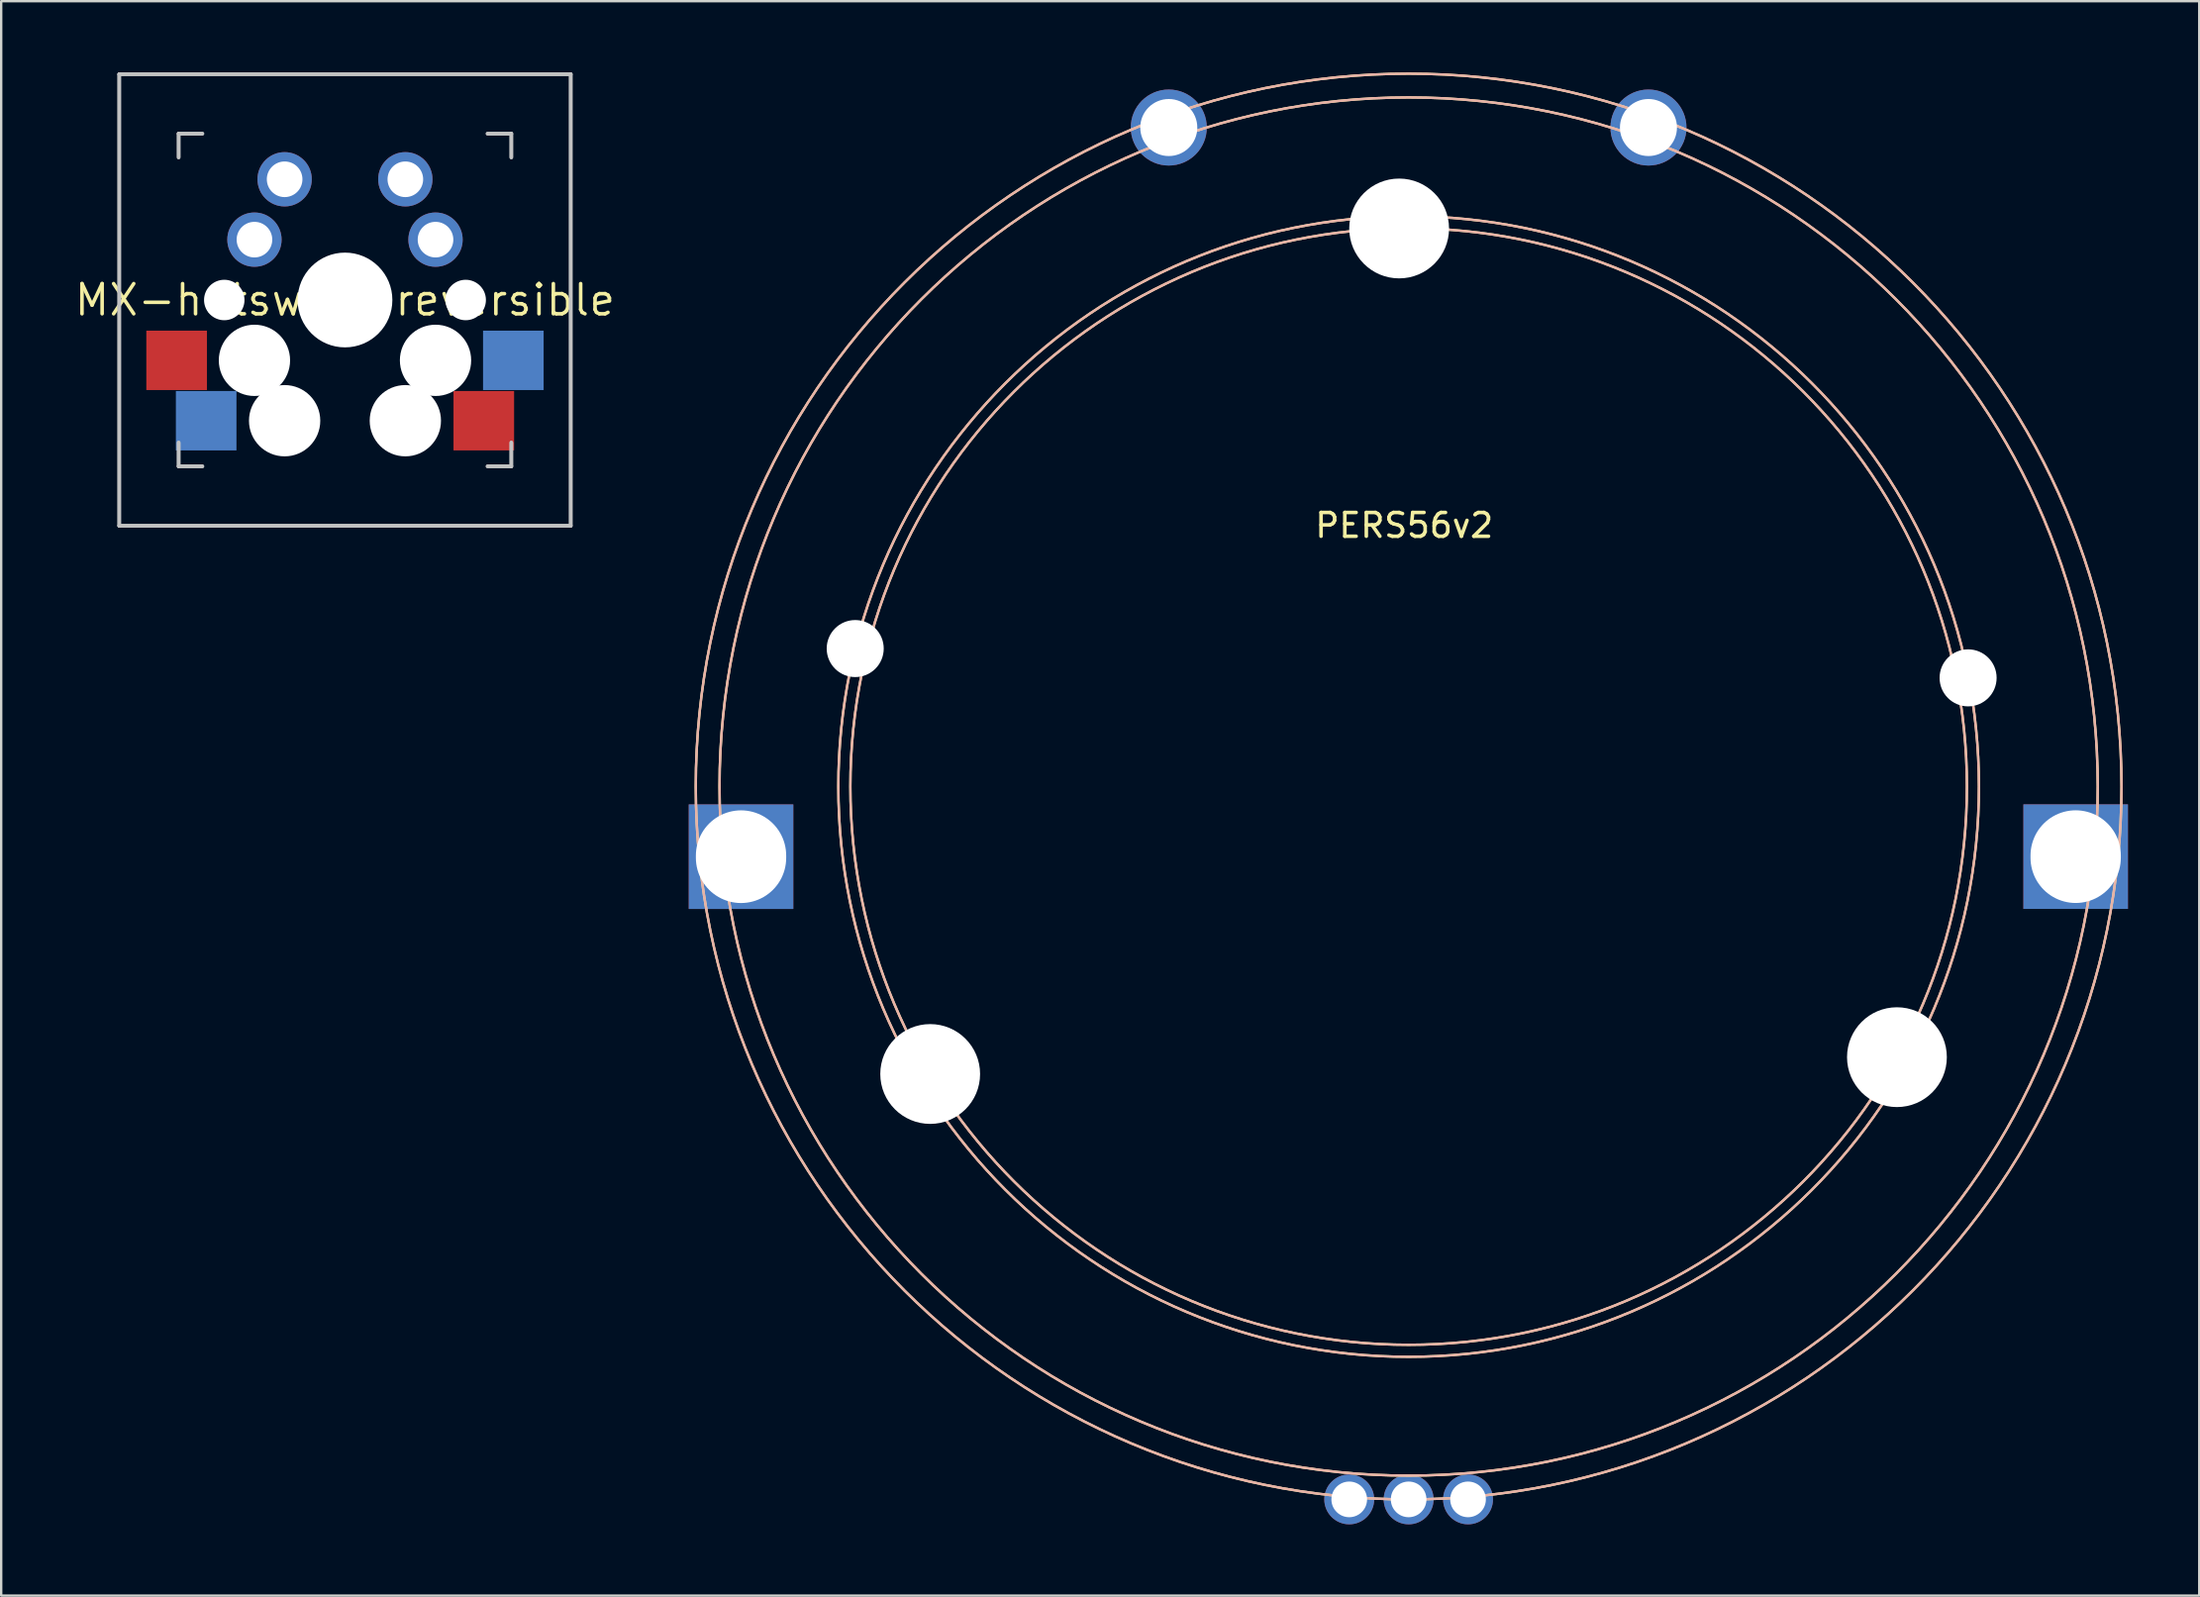
<source format=kicad_pcb>
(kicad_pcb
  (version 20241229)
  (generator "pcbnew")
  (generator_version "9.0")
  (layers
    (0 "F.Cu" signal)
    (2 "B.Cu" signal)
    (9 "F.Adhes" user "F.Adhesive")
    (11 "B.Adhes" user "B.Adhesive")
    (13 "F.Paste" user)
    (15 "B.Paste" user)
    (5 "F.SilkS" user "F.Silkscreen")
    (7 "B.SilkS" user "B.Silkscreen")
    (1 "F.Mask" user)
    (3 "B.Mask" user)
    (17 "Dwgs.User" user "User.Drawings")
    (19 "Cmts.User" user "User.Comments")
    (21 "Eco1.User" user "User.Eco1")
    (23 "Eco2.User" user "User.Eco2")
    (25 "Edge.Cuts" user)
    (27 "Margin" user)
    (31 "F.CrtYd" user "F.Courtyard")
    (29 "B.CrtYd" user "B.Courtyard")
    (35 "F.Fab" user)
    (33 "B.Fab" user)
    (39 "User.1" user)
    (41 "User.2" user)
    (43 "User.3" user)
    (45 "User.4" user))
  (footprint "MX-hotswap-reversible"
    (layer "F.Cu")
    (at 11.468 9.575)
    (property "Reference" "MX-hotswap-reversible" (at 0 0 180) (layer "F.SilkS") (effects (font (size 1.27 1.27) (thickness 0.15))))
    (attr through_hole)
    (fp_line (start -9.5 -9.5) (end 9.5 -9.5) (stroke (width 0.15) (type solid)) (layer "Dwgs.User"))
    (fp_line (start -9.5 -9.5) (end 9.5 -9.5) (stroke (width 0.15) (type solid)) (layer "Dwgs.User"))
    (fp_line (start -9.5 9.5) (end -9.5 -9.5) (stroke (width 0.15) (type solid)) (layer "Dwgs.User"))
    (fp_line (start -9.5 9.5) (end -9.5 -9.5) (stroke (width 0.15) (type solid)) (layer "Dwgs.User"))
    (fp_line (start -7 -6) (end -7 -7) (stroke (width 0.15) (type solid)) (layer "Dwgs.User"))
    (fp_line (start -7 -6) (end -7 -7) (stroke (width 0.15) (type solid)) (layer "Dwgs.User"))
    (fp_line (start -7 7) (end -7 6) (stroke (width 0.15) (type solid)) (layer "Dwgs.User"))
    (fp_line (start -7 7) (end -7 6) (stroke (width 0.15) (type solid)) (layer "Dwgs.User"))
    (fp_line (start -7 7) (end -6 7) (stroke (width 0.15) (type solid)) (layer "Dwgs.User"))
    (fp_line (start -7 7) (end -6 7) (stroke (width 0.15) (type solid)) (layer "Dwgs.User"))
    (fp_line (start -6 -7) (end -7 -7) (stroke (width 0.15) (type solid)) (layer "Dwgs.User"))
    (fp_line (start -6 -7) (end -7 -7) (stroke (width 0.15) (type solid)) (layer "Dwgs.User"))
    (fp_line (start 6 7) (end 7 7) (stroke (width 0.15) (type solid)) (layer "Dwgs.User"))
    (fp_line (start 6 7) (end 7 7) (stroke (width 0.15) (type solid)) (layer "Dwgs.User"))
    (fp_line (start 7 -7) (end 6 -7) (stroke (width 0.15) (type solid)) (layer "Dwgs.User"))
    (fp_line (start 7 -7) (end 6 -7) (stroke (width 0.15) (type solid)) (layer "Dwgs.User"))
    (fp_line (start 7 -7) (end 7 -6) (stroke (width 0.15) (type solid)) (layer "Dwgs.User"))
    (fp_line (start 7 -7) (end 7 -6) (stroke (width 0.15) (type solid)) (layer "Dwgs.User"))
    (fp_line (start 7 6) (end 7 7) (stroke (width 0.15) (type solid)) (layer "Dwgs.User"))
    (fp_line (start 7 6) (end 7 7) (stroke (width 0.15) (type solid)) (layer "Dwgs.User"))
    (fp_line (start 9.5 -9.5) (end 9.5 9.5) (stroke (width 0.15) (type solid)) (layer "Dwgs.User"))
    (fp_line (start 9.5 -9.5) (end 9.5 9.5) (stroke (width 0.15) (type solid)) (layer "Dwgs.User"))
    (fp_line (start 9.5 9.5) (end -9.5 9.5) (stroke (width 0.15) (type solid)) (layer "Dwgs.User"))
    (fp_line (start 9.5 9.5) (end -9.5 9.5) (stroke (width 0.15) (type solid)) (layer "Dwgs.User"))
    (pad "" np_thru_hole circle (at -5.08 0) (size 1.702 1.702) (drill 1.702) (layers "*.Cu" "*.Mask"))
    (pad "" np_thru_hole circle (at -3.81 2.54) (size 3 3) (drill 3) (layers "*.Cu" "*.Mask"))
    (pad "" np_thru_hole circle (at -2.54 5.08) (size 3 3) (drill 3) (layers "*.Cu" "*.Mask"))
    (pad "" np_thru_hole circle (at 0 0) (size 3.988 3.988) (drill 3.988) (layers "*.Cu" "*.Mask"))
    (pad "" np_thru_hole circle (at 2.54 5.08) (size 3 3) (drill 3) (layers "*.Cu" "*.Mask"))
    (pad "" np_thru_hole circle (at 3.81 2.54) (size 3 3) (drill 3) (layers "*.Cu" "*.Mask"))
    (pad "" np_thru_hole circle (at 5.08 0) (size 1.702 1.702) (drill 1.702) (layers "*.Cu" "*.Mask"))
    (pad "1" smd rect (at -7.085 2.54 180) (size 2.55 2.5) (layers "F.Cu" "F.Mask" "F.Paste"))
    (pad "1" thru_hole circle (at -2.54 -5.08) (size 2.286 2.286) (drill 1.499) (layers "*.Cu" "*.Mask"))
    (pad "1" thru_hole circle (at 2.54 -5.08) (size 2.286 2.286) (drill 1.499) (layers "*.Cu" "*.Mask"))
    (pad "1" smd rect (at 7.085 2.54 180) (size 2.55 2.5) (layers "B.Cu" "B.Mask" "B.Paste"))
    (pad "2" smd rect (at -5.842 5.08 180) (size 2.55 2.5) (layers "B.Cu" "B.Mask" "B.Paste"))
    (pad "2" thru_hole circle (at -3.81 -2.54) (size 2.286 2.286) (drill 1.499) (layers "*.Cu" "*.Mask"))
    (pad "2" thru_hole circle (at 3.81 -2.54) (size 2.286 2.286) (drill 1.499) (layers "*.Cu" "*.Mask"))
    (pad "2" smd rect (at 5.842 5.08 180) (size 2.55 2.5) (layers "F.Cu" "F.Mask" "F.Paste")))
  (footprint "PERS56v2"
    (layer "F.Cu")
    (at 56.23 30.05)
    (property "Reference" "PERS56v2" (at -0.186 -10.989 0) (unlocked yes) (layer "F.SilkS") (effects (font (size 1 1) (thickness 0.15))))
    (attr through_hole exclude_from_pos_files)
    (fp_circle (center 0 0) (end 23.494 0) (stroke (width 0.1) (type solid)) (fill no) (layer "F.SilkS"))
    (fp_circle (center 0 0) (end 24 0) (stroke (width 0.1) (type solid)) (fill no) (layer "F.SilkS"))
    (fp_circle (center 0 0) (end 29 0) (stroke (width 0.1) (type solid)) (fill no) (layer "F.SilkS"))
    (fp_circle (center 0 0) (end 30 0) (stroke (width 0.1) (type solid)) (fill no) (layer "F.SilkS"))
    (fp_circle (center 0 0) (end 23.494 0) (stroke (width 0.1) (type solid)) (fill no) (layer "B.SilkS"))
    (fp_circle (center 0 0) (end 24 0) (stroke (width 0.1) (type solid)) (fill no) (layer "B.SilkS"))
    (fp_circle (center 0 0) (end 29 0) (stroke (width 0.1) (type solid)) (fill no) (layer "B.SilkS"))
    (fp_circle (center 0 0) (end 30 0) (stroke (width 0.1) (type solid)) (fill no) (layer "B.SilkS"))
    (fp_circle (center -28.095 2.953) (end -26.345 2.953) (stroke (width 0.1) (type solid)) (fill no) (layer "User.7"))
    (fp_circle (center -23.29 -5.806) (end -22.19 -5.806) (stroke (width 0.1) (type solid)) (fill no) (layer "User.7"))
    (fp_circle (center -20.135 12.098) (end -18.135 12.098) (stroke (width 0.1) (type solid)) (fill no) (layer "User.7"))
    (fp_circle (center -10.094 -27.733) (end -8.994 -27.733) (stroke (width 0.1) (type solid)) (fill no) (layer "User.7"))
    (fp_circle (center -2.5 30) (end -1.95 30) (stroke (width 0.1) (type solid)) (fill no) (layer "User.7"))
    (fp_circle (center -0.4 -23.485) (end 1.6 -23.485) (stroke (width 0.1) (type solid)) (fill no) (layer "User.7"))
    (fp_circle (center 0 30) (end 0.55 30) (stroke (width 0.1) (type solid)) (fill no) (layer "User.7"))
    (fp_circle (center 2.5 30) (end 3.05 30) (stroke (width 0.1) (type solid)) (fill no) (layer "User.7"))
    (fp_circle (center 10.092 -27.733) (end 11.192 -27.733) (stroke (width 0.1) (type solid)) (fill no) (layer "User.7"))
    (fp_circle (center 20.549 11.39) (end 22.549 11.39) (stroke (width 0.1) (type solid)) (fill no) (layer "User.7"))
    (fp_circle (center 23.544 -4.573) (end 24.644 -4.573) (stroke (width 0.1) (type solid)) (fill no) (layer "User.7"))
    (fp_circle (center 28.071 2.951) (end 29.821 2.951) (stroke (width 0.1) (type solid)) (fill no) (layer "User.7"))
    (fp_line (start 0 -30) (end 0 30) (stroke (width 0.1) (type solid)) (layer "User.8"))
    (fp_line (start 0 0) (end -29.836 3.136) (stroke (width 0.1) (type solid)) (layer "User.8"))
    (fp_line (start 0 0) (end -29.052 -7.243) (stroke (width 0.1) (type solid)) (layer "User.8"))
    (fp_line (start 0 0) (end -25.715 15.451) (stroke (width 0.1) (type solid)) (layer "User.8"))
    (fp_line (start 0 0) (end -10.261 -28.191) (stroke (width 0.1) (type solid)) (layer "User.8"))
    (fp_line (start 0 0) (end -0.524 -29.995) (stroke (width 0.1) (type solid)) (layer "User.8"))
    (fp_line (start 0 0) (end 10.261 -28.191) (stroke (width 0.1) (type solid)) (layer "User.8"))
    (fp_line (start 0 0) (end 26.239 14.544) (stroke (width 0.1) (type solid)) (layer "User.8"))
    (fp_line (start 0 0) (end 29.455 -5.725) (stroke (width 0.1) (type solid)) (layer "User.8"))
    (fp_line (start 0 0) (end 29.95 3.148) (stroke (width 0.1) (type solid)) (layer "User.8"))
    (fp_line (start 0 0) (end 30 0) (stroke (width 0.1) (type solid)) (layer "User.8"))
    (pad "" np_thru_hole circle (at -23.29 -5.806) (size 2.4 2.4) (drill 2.4) (layers "*.Cu" "*.Mask"))
    (pad "" np_thru_hole circle (at -20.135 12.098) (size 4.2 4.2) (drill 4.2) (layers "*.Cu" "*.Mask"))
    (pad "" thru_hole circle (at -10.094 -27.733) (size 3.2 3.2) (drill 2.4) (layers "*.Cu" "*.Mask"))
    (pad "" np_thru_hole circle (at -0.4 -23.485) (size 4.2 4.2) (drill 4.2) (layers "*.Cu" "*.Mask"))
    (pad "" thru_hole circle (at 10.092 -27.733) (size 3.2 3.2) (drill 2.4) (layers "*.Cu" "*.Mask"))
    (pad "" np_thru_hole circle (at 20.549 11.39) (size 4.2 4.2) (drill 4.2) (layers "*.Cu" "*.Mask"))
    (pad "" np_thru_hole circle (at 23.544 -4.573) (size 2.4 2.4) (drill 2.4) (layers "*.Cu" "*.Mask"))
    (pad "A" thru_hole circle (at -2.5 30) (size 2.1 2.1) (drill 1.5) (layers "*.Cu" "*.Mask"))
    (pad "B" thru_hole circle (at 2.5 30) (size 2.1 2.1) (drill 1.5) (layers "*.Cu" "*.Mask"))
    (pad "C" thru_hole circle (at 0 30) (size 2.1 2.1) (drill 1.5) (layers "*.Cu" "*.Mask"))
    (pad "MP" thru_hole rect (at -28.095 2.953) (size 4.4 4.4) (drill oval 3.8 3.9) (layers "*.Cu" "*.Mask"))
    (pad "MP" thru_hole rect (at 28.071 2.951) (size 4.4 4.4) (drill oval 3.8 3.9) (layers "*.Cu" "*.Mask")))
  (gr_rect
    (start -3 -3)
    (end 89.501 64.1)
    (stroke (width 0.1) (type default))
    (fill no)
    (layer "Edge.Cuts")))
</source>
